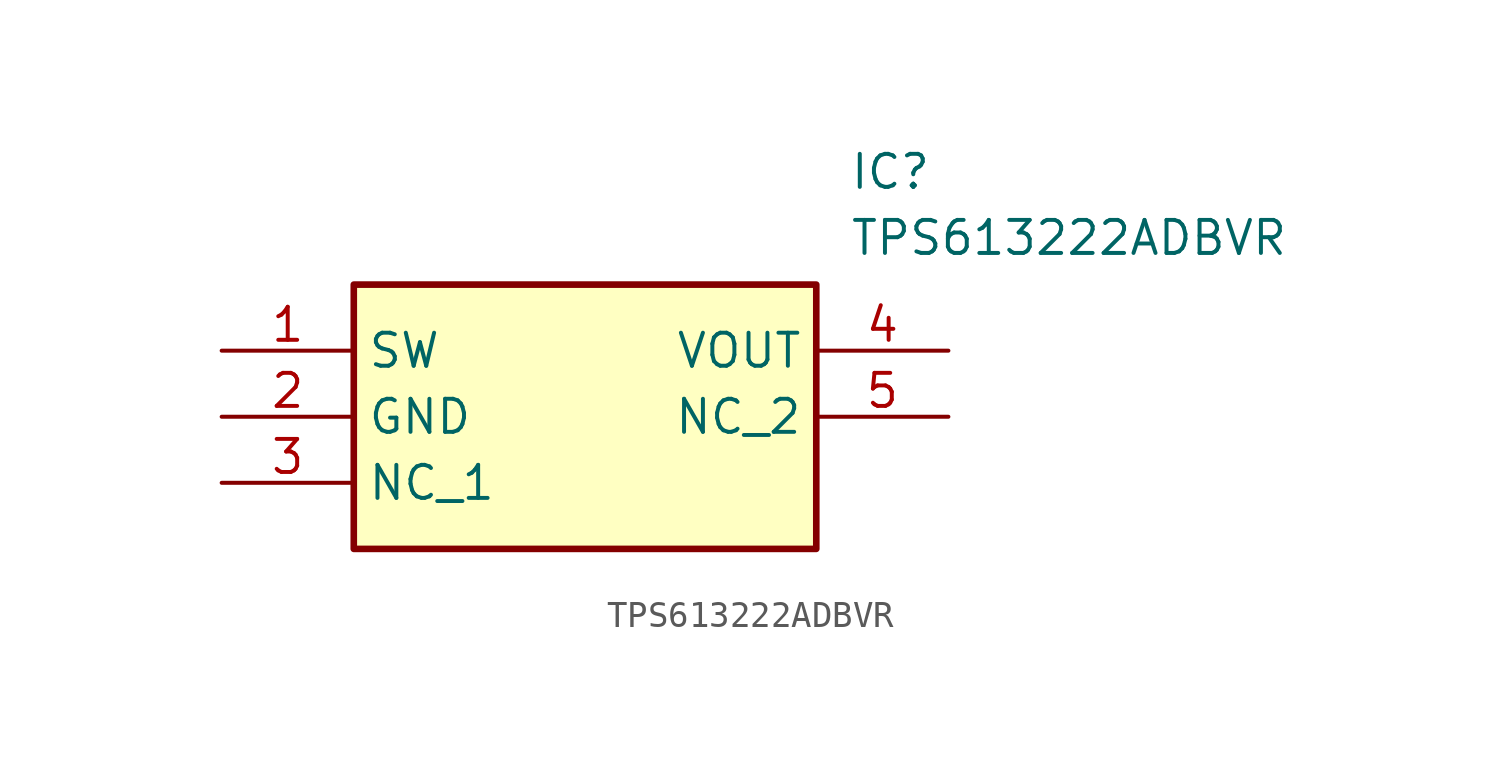
<source format=kicad_sym>
(kicad_symbol_lib
  (version 20211014)
  (generator SamacSys_ECAD_Model)
  (symbol "TPS613222ADBVR"
    (property "Reference" "IC"
      (at 24.13 7.62 0)
      (effects (font (size 1.27 1.27)) (justify left top)))
    (property "Value" "TPS613222ADBVR"
      (at 24.13 5.08 0)
      (effects (font (size 1.27 1.27)) (justify left top)))
    (rectangle
      (start 5.08 2.54)
      (end 22.86 -7.62)
      (stroke (width 0.254) (type default))
      (fill (type background)))
    (pin passive line
      (at 0 0 0)
      (length 5.08)
      (name "SW" (effects (font (size 1.27 1.27))))
      (number "1" (effects (font (size 1.27 1.27)))))
    (pin passive line
      (at 0 -2.54 0)
      (length 5.08)
      (name "GND" (effects (font (size 1.27 1.27))))
      (number "2" (effects (font (size 1.27 1.27)))))
    (pin passive line
      (at 0 -5.08 0)
      (length 5.08)
      (name "NC_1" (effects (font (size 1.27 1.27))))
      (number "3" (effects (font (size 1.27 1.27)))))
    (pin passive line
      (at 27.94 0 180)
      (length 5.08)
      (name "VOUT" (effects (font (size 1.27 1.27))))
      (number "4" (effects (font (size 1.27 1.27)))))
    (pin passive line
      (at 27.94 -2.54 180)
      (length 5.08)
      (name "NC_2" (effects (font (size 1.27 1.27))))
      (number "5" (effects (font (size 1.27 1.27)))))))
</source>
